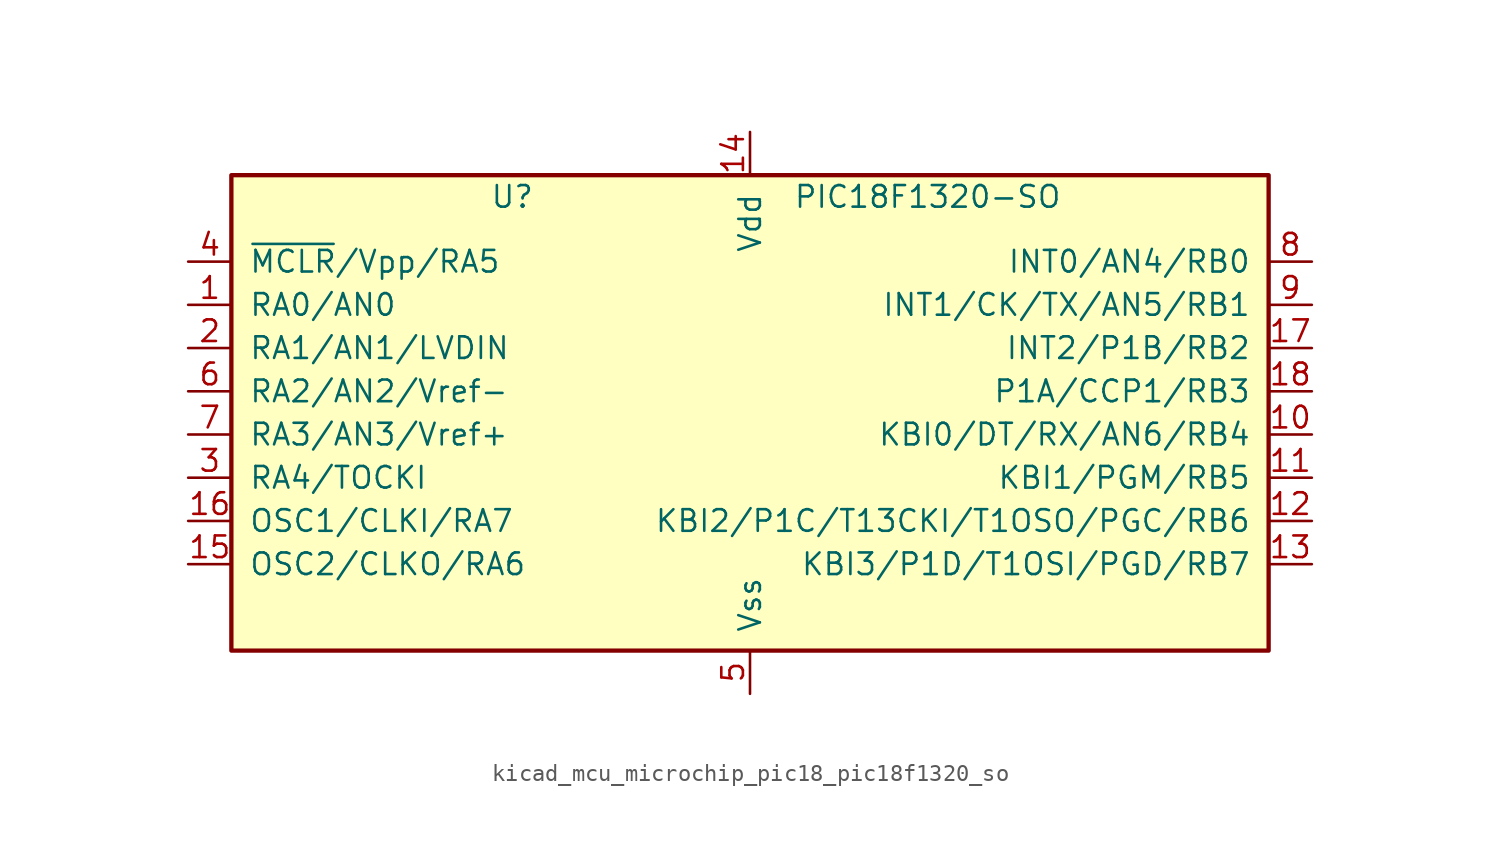
<source format=kicad_sym>
(kicad_symbol_lib
  (version 20220914)
  (generator kicad_symbol_editor)
  (symbol "kicad_mcu_microchip_pic18_pic18f1320_so"
    (pin_names
      (offset 1.016))
    (property "Reference" "U"
      (at -13.97 13.97 0)
      (effects (font (size 1.27 1.27))))
    (property "Value" "PIC18F1320-SO"
      (at 2.54 13.97 0)
      (effects (font (size 1.27 1.27)) (justify left)))
    (symbol "kicad_mcu_microchip_pic18_pic18f1320_so_0_1"
      (rectangle (start -30.48 15.24) (end 30.48 -12.7) (stroke (width 0.254) (type default)) (fill (type background))))
    (symbol "kicad_mcu_microchip_pic18_pic18f1320_so_1_1"
      (pin input line (at -33.02 7.62 0) (length 2.54) (name "RA0/AN0" (effects (font (size 1.27 1.27)))) (number "1" (effects (font (size 1.27 1.27)))))
      (pin input line (at 33.02 0 180) (length 2.54) (name "KBI0/DT/RX/AN6/RB4" (effects (font (size 1.27 1.27)))) (number "10" (effects (font (size 1.27 1.27)))))
      (pin input line (at 33.02 -2.54 180) (length 2.54) (name "KBI1/PGM/RB5" (effects (font (size 1.27 1.27)))) (number "11" (effects (font (size 1.27 1.27)))))
      (pin input line (at 33.02 -5.08 180) (length 2.54) (name "KBI2/P1C/T13CKI/T1OSO/PGC/RB6" (effects (font (size 1.27 1.27)))) (number "12" (effects (font (size 1.27 1.27)))))
      (pin input line (at 33.02 -7.62 180) (length 2.54) (name "KBI3/P1D/T1OSI/PGD/RB7" (effects (font (size 1.27 1.27)))) (number "13" (effects (font (size 1.27 1.27)))))
      (pin power_in line (at 0 17.78 270) (length 2.54) (name "Vdd" (effects (font (size 1.27 1.27)))) (number "14" (effects (font (size 1.27 1.27)))))
      (pin input line (at -33.02 -7.62 0) (length 2.54) (name "OSC2/CLKO/RA6" (effects (font (size 1.27 1.27)))) (number "15" (effects (font (size 1.27 1.27)))))
      (pin input line (at -33.02 -5.08 0) (length 2.54) (name "OSC1/CLKI/RA7" (effects (font (size 1.27 1.27)))) (number "16" (effects (font (size 1.27 1.27)))))
      (pin input line (at 33.02 5.08 180) (length 2.54) (name "INT2/P1B/RB2" (effects (font (size 1.27 1.27)))) (number "17" (effects (font (size 1.27 1.27)))))
      (pin input line (at 33.02 2.54 180) (length 2.54) (name "P1A/CCP1/RB3" (effects (font (size 1.27 1.27)))) (number "18" (effects (font (size 1.27 1.27)))))
      (pin input line (at -33.02 5.08 0) (length 2.54) (name "RA1/AN1/LVDIN" (effects (font (size 1.27 1.27)))) (number "2" (effects (font (size 1.27 1.27)))))
      (pin input line (at -33.02 -2.54 0) (length 2.54) (name "RA4/TOCKI" (effects (font (size 1.27 1.27)))) (number "3" (effects (font (size 1.27 1.27)))))
      (pin input line (at -33.02 10.16 0) (length 2.54) (name "~{MCLR}/Vpp/RA5" (effects (font (size 1.27 1.27)))) (number "4" (effects (font (size 1.27 1.27)))))
      (pin power_in line (at 0 -15.24 90) (length 2.54) (name "Vss" (effects (font (size 1.27 1.27)))) (number "5" (effects (font (size 1.27 1.27)))))
      (pin input line (at -33.02 2.54 0) (length 2.54) (name "RA2/AN2/Vref-" (effects (font (size 1.27 1.27)))) (number "6" (effects (font (size 1.27 1.27)))))
      (pin input line (at -33.02 0 0) (length 2.54) (name "RA3/AN3/Vref+" (effects (font (size 1.27 1.27)))) (number "7" (effects (font (size 1.27 1.27)))))
      (pin input line (at 33.02 10.16 180) (length 2.54) (name "INT0/AN4/RB0" (effects (font (size 1.27 1.27)))) (number "8" (effects (font (size 1.27 1.27)))))
      (pin input line (at 33.02 7.62 180) (length 2.54) (name "INT1/CK/TX/AN5/RB1" (effects (font (size 1.27 1.27)))) (number "9" (effects (font (size 1.27 1.27))))))))
</source>
